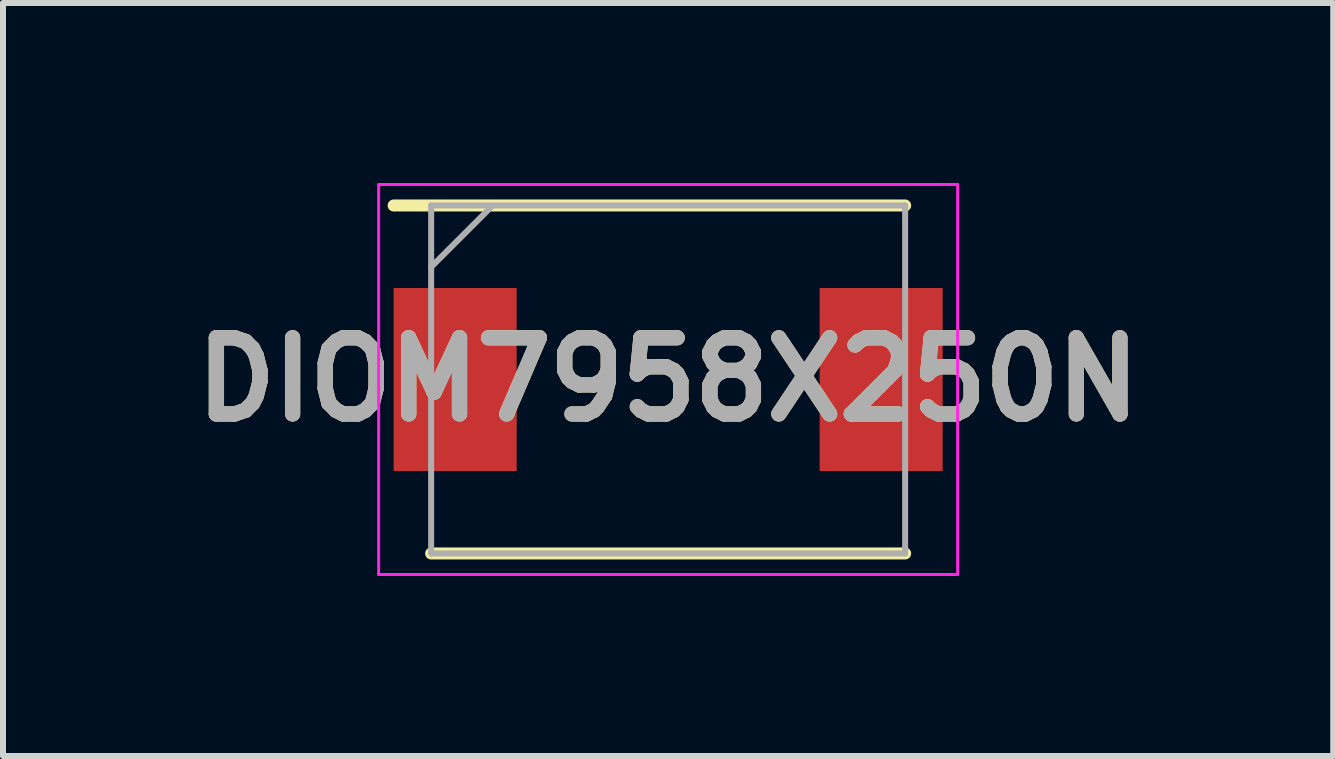
<source format=kicad_pcb>
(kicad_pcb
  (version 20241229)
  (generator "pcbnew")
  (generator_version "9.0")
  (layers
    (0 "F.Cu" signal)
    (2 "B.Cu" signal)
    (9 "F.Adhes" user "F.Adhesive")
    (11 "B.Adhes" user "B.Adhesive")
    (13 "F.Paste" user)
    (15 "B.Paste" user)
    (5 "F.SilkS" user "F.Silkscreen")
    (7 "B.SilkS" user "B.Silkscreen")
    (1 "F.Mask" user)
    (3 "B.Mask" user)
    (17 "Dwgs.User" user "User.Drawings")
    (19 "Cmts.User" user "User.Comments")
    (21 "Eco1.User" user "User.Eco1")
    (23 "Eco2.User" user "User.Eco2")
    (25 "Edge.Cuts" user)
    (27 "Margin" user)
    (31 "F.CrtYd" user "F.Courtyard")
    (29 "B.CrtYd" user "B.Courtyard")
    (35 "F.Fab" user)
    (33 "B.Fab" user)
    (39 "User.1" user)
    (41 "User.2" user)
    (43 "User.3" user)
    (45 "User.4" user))
  (footprint "DIOM7958X250N"
    (layer "F.Cu")
    (at 8.086 3.275)
    (property "Reference" "DIOM7958X250N" (at 0 0 0) (layer "F.SilkS") (effects (font (size 1.27 1.27) (thickness 0.254))))
    (attr smd)
    (fp_line (start -3.95 2.9) (end 3.95 2.9) (stroke (width 0.2) (type solid)) (layer "F.SilkS"))
    (fp_line (start 3.95 -2.9) (end -4.575 -2.9) (stroke (width 0.2) (type solid)) (layer "F.SilkS"))
    (fp_line (start -4.825 -3.25) (end 4.825 -3.25) (stroke (width 0.05) (type solid)) (layer "F.CrtYd"))
    (fp_line (start -4.825 3.25) (end -4.825 -3.25) (stroke (width 0.05) (type solid)) (layer "F.CrtYd"))
    (fp_line (start 4.825 -3.25) (end 4.825 3.25) (stroke (width 0.05) (type solid)) (layer "F.CrtYd"))
    (fp_line (start 4.825 3.25) (end -4.825 3.25) (stroke (width 0.05) (type solid)) (layer "F.CrtYd"))
    (fp_line (start -3.95 -2.9) (end 3.95 -2.9) (stroke (width 0.1) (type solid)) (layer "F.Fab"))
    (fp_line (start -3.95 -1.875) (end -2.925 -2.9) (stroke (width 0.1) (type solid)) (layer "F.Fab"))
    (fp_line (start -3.95 2.9) (end -3.95 -2.9) (stroke (width 0.1) (type solid)) (layer "F.Fab"))
    (fp_line (start 3.95 -2.9) (end 3.95 2.9) (stroke (width 0.1) (type solid)) (layer "F.Fab"))
    (fp_line (start 3.95 2.9) (end -3.95 2.9) (stroke (width 0.1) (type solid)) (layer "F.Fab"))
    (fp_text user "${REFERENCE}" (at 0 0 0) (layer "F.Fab") (effects (font (size 1.27 1.27) (thickness 0.254))))
    (pad "1" smd rect (at -3.55 0) (size 2.05 3.05) (layers "F.Cu" "F.Mask" "F.Paste"))
    (pad "2" smd rect (at 3.55 0) (size 2.05 3.05) (layers "F.Cu" "F.Mask" "F.Paste")))
  (gr_rect
    (start -3 -3)
    (end 19.171 9.55)
    (stroke (width 0.1) (type default))
    (fill no)
    (layer "Edge.Cuts")))
</source>
